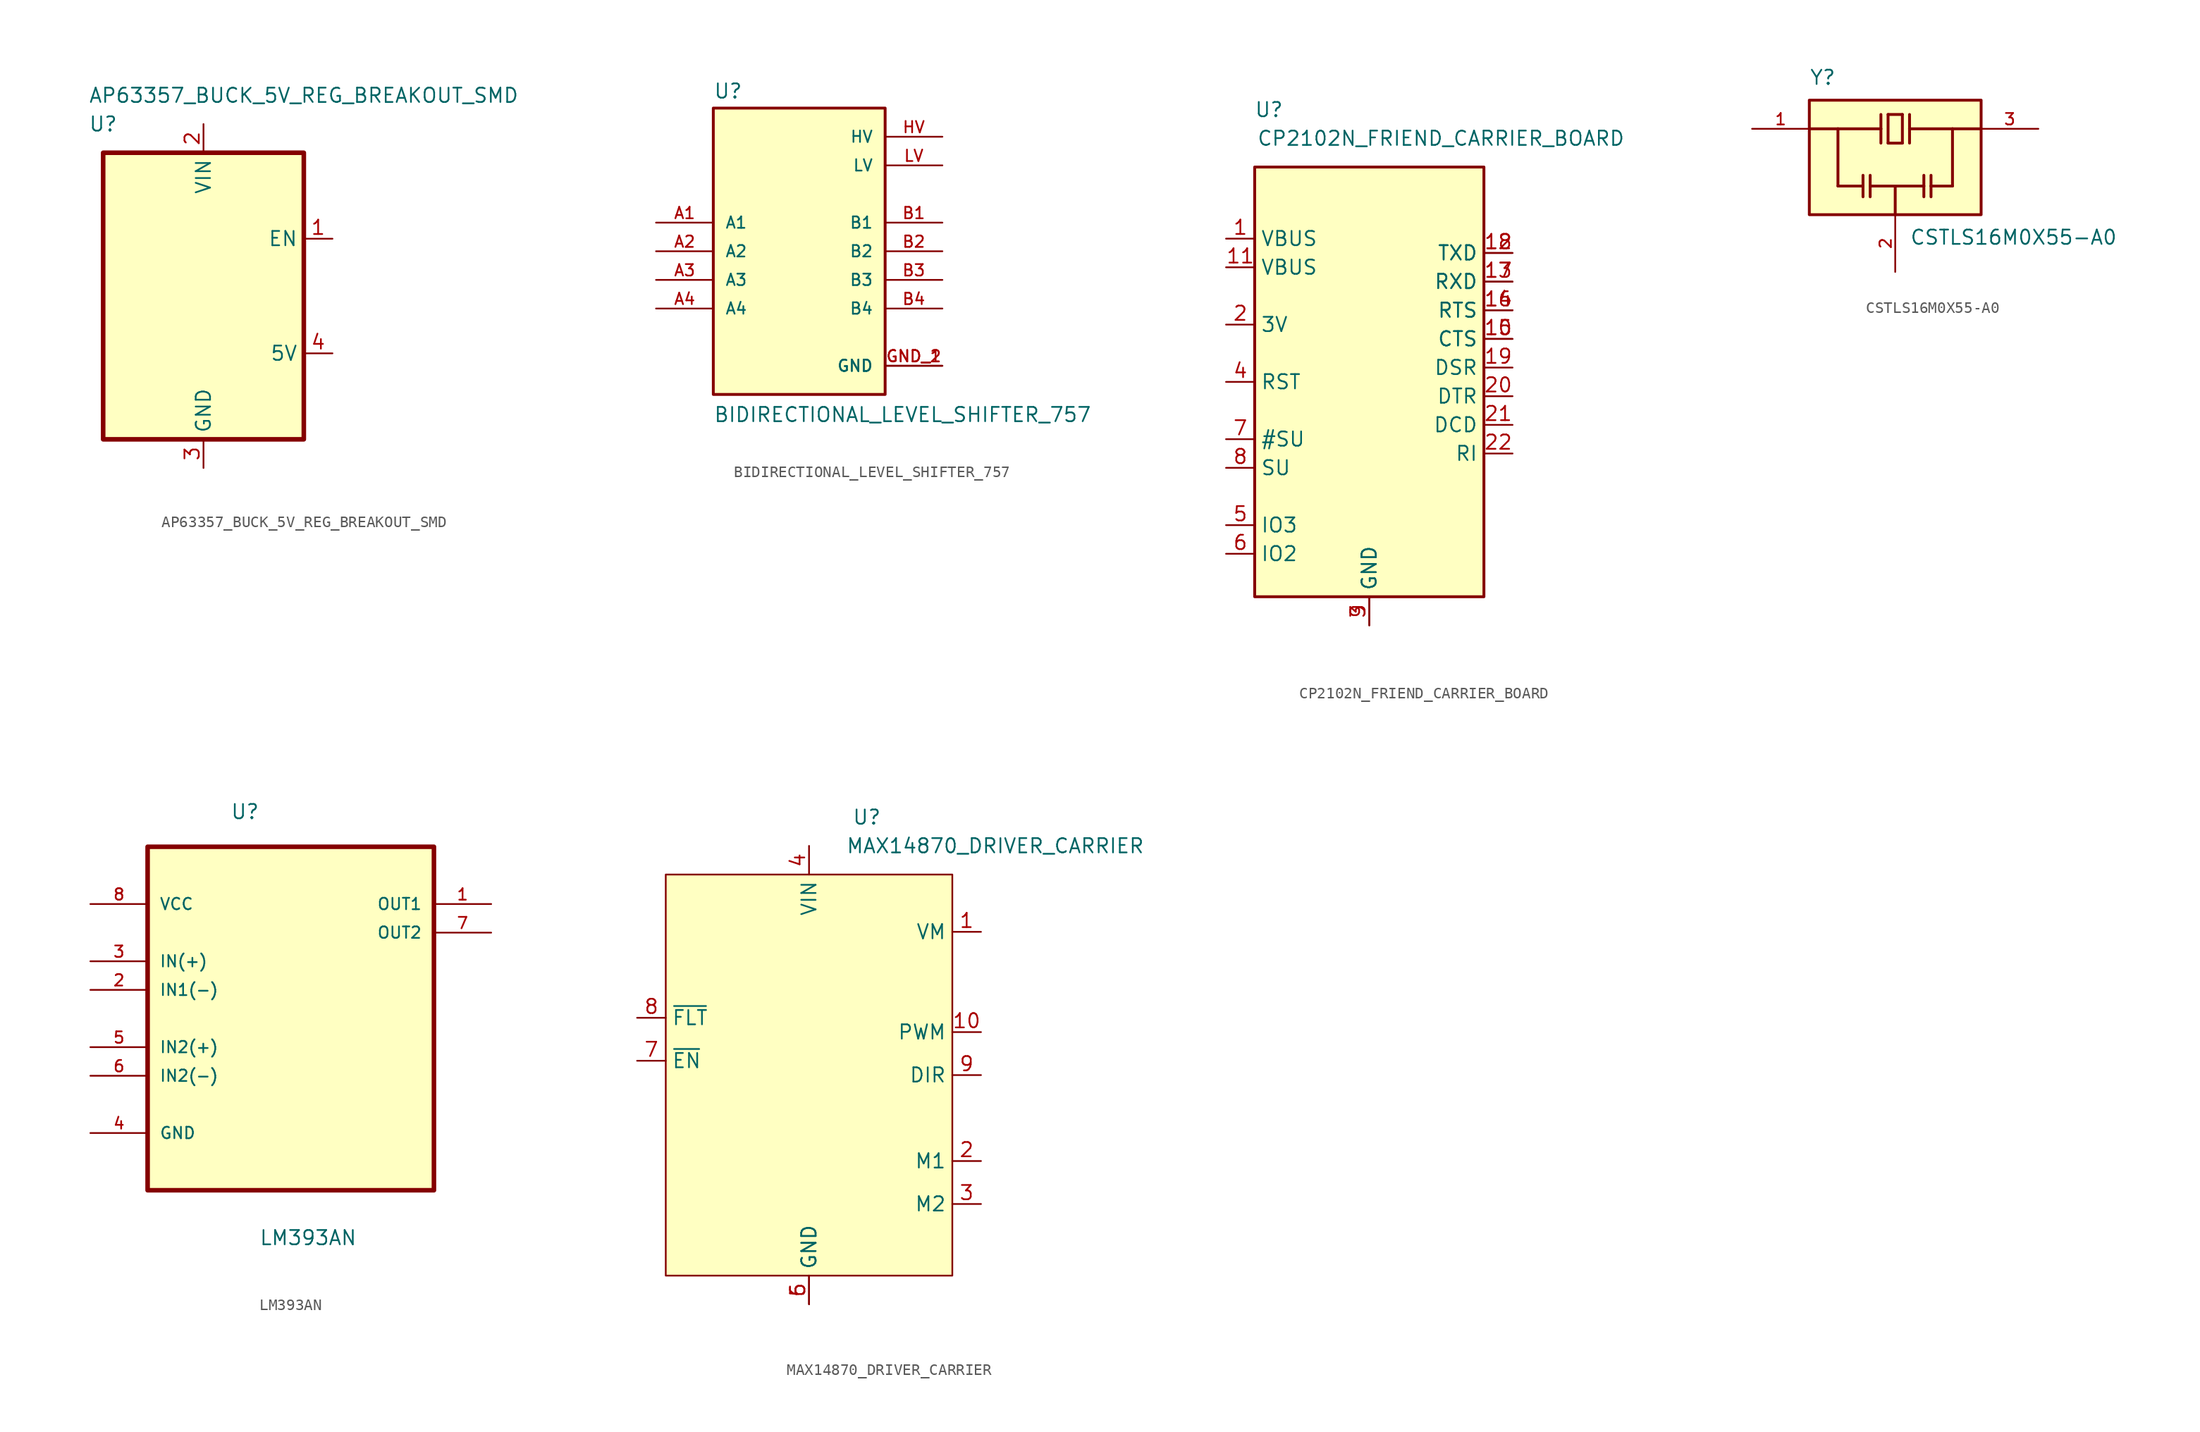
<source format=kicad_sym>
(kicad_symbol_lib
  (version 20220914)
  (generator kicad_symbol_editor)
  (symbol "AP63357_BUCK_5V_REG_BREAKOUT_SMD"
    (property "Reference" "U"
      (at -8.89 15.24 0)
      (effects (font (size 1.27 1.27))))
    (property "Value" "AP63357_BUCK_5V_REG_BREAKOUT_SMD"
      (at 8.89 17.78 0)
      (effects (font (size 1.27 1.27))))
    (symbol "AP63357_BUCK_5V_REG_BREAKOUT_SMD_0_0"
      (rectangle (start -8.89 12.7) (end 8.89 -12.7) (stroke (width 0.406) (type default)) (fill (type background))))
    (symbol "AP63357_BUCK_5V_REG_BREAKOUT_SMD_1_1"
      (pin input line (at 11.43 5.08 180) (length 2.54) (name "EN" (effects (font (size 1.27 1.27)))) (number "1" (effects (font (size 1.27 1.27)))))
      (pin power_in line (at 0 15.24 270) (length 2.54) (name "VIN" (effects (font (size 1.27 1.27)))) (number "2" (effects (font (size 1.27 1.27)))))
      (pin power_in line (at 0 -15.24 90) (length 2.54) (name "GND" (effects (font (size 1.27 1.27)))) (number "3" (effects (font (size 1.27 1.27)))))
      (pin power_out line (at 11.43 -5.08 180) (length 2.54) (name "5V" (effects (font (size 1.27 1.27)))) (number "4" (effects (font (size 1.27 1.27)))))))
  (symbol "BIDIRECTIONAL_LEVEL_SHIFTER_757"
    (pin_names
      (offset 1.016))
    (property "Reference" "U"
      (at -7.62 13.462 0)
      (effects (font (size 1.27 1.27)) (justify left bottom)))
    (property "Value" "BIDIRECTIONAL_LEVEL_SHIFTER_757"
      (at -7.62 -15.24 0)
      (effects (font (size 1.27 1.27)) (justify left bottom)))
    (symbol "BIDIRECTIONAL_LEVEL_SHIFTER_757_0_0"
      (rectangle (start -7.62 -12.7) (end 7.62 12.7) (stroke (width 0.254) (type default)) (fill (type background)))
      (pin passive line (at -12.7 2.54 0) (length 5.08) (name "A1" (effects (font (size 1.016 1.016)))) (number "A1" (effects (font (size 1.016 1.016)))))
      (pin passive line (at -12.7 0 0) (length 5.08) (name "A2" (effects (font (size 1.016 1.016)))) (number "A2" (effects (font (size 1.016 1.016)))))
      (pin passive line (at -12.7 -2.54 0) (length 5.08) (name "A3" (effects (font (size 1.016 1.016)))) (number "A3" (effects (font (size 1.016 1.016)))))
      (pin passive line (at -12.7 -5.08 0) (length 5.08) (name "A4" (effects (font (size 1.016 1.016)))) (number "A4" (effects (font (size 1.016 1.016)))))
      (pin passive line (at 12.7 2.54 180) (length 5.08) (name "B1" (effects (font (size 1.016 1.016)))) (number "B1" (effects (font (size 1.016 1.016)))))
      (pin passive line (at 12.7 0 180) (length 5.08) (name "B2" (effects (font (size 1.016 1.016)))) (number "B2" (effects (font (size 1.016 1.016)))))
      (pin passive line (at 12.7 -2.54 180) (length 5.08) (name "B3" (effects (font (size 1.016 1.016)))) (number "B3" (effects (font (size 1.016 1.016)))))
      (pin passive line (at 12.7 -5.08 180) (length 5.08) (name "B4" (effects (font (size 1.016 1.016)))) (number "B4" (effects (font (size 1.016 1.016)))))
      (pin power_in line (at 12.7 -10.16 180) (length 5.08) (name "GND" (effects (font (size 1.016 1.016)))) (number "GND_1" (effects (font (size 1.016 1.016)))))
      (pin power_in line (at 12.7 -10.16 180) (length 5.08) (name "GND" (effects (font (size 1.016 1.016)))) (number "GND_2" (effects (font (size 1.016 1.016)))))
      (pin power_in line (at 12.7 10.16 180) (length 5.08) (name "HV" (effects (font (size 1.016 1.016)))) (number "HV" (effects (font (size 1.016 1.016)))))
      (pin power_in line (at 12.7 7.62 180) (length 5.08) (name "LV" (effects (font (size 1.016 1.016)))) (number "LV" (effects (font (size 1.016 1.016)))))))
  (symbol "CP2102N_FRIEND_CARRIER_BOARD"
    (property "Reference" "U"
      (at -8.89 22.86 0)
      (effects (font (size 1.27 1.27))))
    (property "Value" "CP2102N_FRIEND_CARRIER_BOARD"
      (at 6.35 20.32 0)
      (effects (font (size 1.27 1.27))))
    (symbol "CP2102N_FRIEND_CARRIER_BOARD_0_1"
      (rectangle (start -10.16 17.78) (end 10.16 -20.32) (stroke (width 0.254) (type default)) (fill (type background))))
    (symbol "CP2102N_FRIEND_CARRIER_BOARD_1_1"
      (pin power_out line (at -12.7 11.43 0) (length 2.54) (name "VBUS" (effects (font (size 1.27 1.27)))) (number "1" (effects (font (size 1.27 1.27)))))
      (pin input line (at 12.7 2.54 180) (length 2.54) (name "CTS" (effects (font (size 1.27 1.27)))) (number "10" (effects (font (size 1.27 1.27)))))
      (pin power_out line (at -12.7 8.89 0) (length 2.54) (name "VBUS" (effects (font (size 1.27 1.27)))) (number "11" (effects (font (size 1.27 1.27)))))
      (pin output line (at 12.7 10.16 180) (length 2.54) (name "TXD" (effects (font (size 1.27 1.27)))) (number "12" (effects (font (size 1.27 1.27)))))
      (pin input line (at 12.7 7.62 180) (length 2.54) (name "RXD" (effects (font (size 1.27 1.27)))) (number "13" (effects (font (size 1.27 1.27)))))
      (pin output line (at 12.7 5.08 180) (length 2.54) (name "RTS" (effects (font (size 1.27 1.27)))) (number "14" (effects (font (size 1.27 1.27)))))
      (pin input line (at 12.7 2.54 180) (length 2.54) (name "CTS" (effects (font (size 1.27 1.27)))) (number "15" (effects (font (size 1.27 1.27)))))
      (pin output line (at 12.7 5.08 180) (length 2.54) (name "RTS" (effects (font (size 1.27 1.27)))) (number "16" (effects (font (size 1.27 1.27)))))
      (pin input line (at 12.7 7.62 180) (length 2.54) (name "RXD" (effects (font (size 1.27 1.27)))) (number "17" (effects (font (size 1.27 1.27)))))
      (pin output line (at 12.7 10.16 180) (length 2.54) (name "TXD" (effects (font (size 1.27 1.27)))) (number "18" (effects (font (size 1.27 1.27)))))
      (pin input line (at 12.7 0 180) (length 2.54) (name "DSR" (effects (font (size 1.27 1.27)))) (number "19" (effects (font (size 1.27 1.27)))))
      (pin power_out line (at -12.7 3.81 0) (length 2.54) (name "3V" (effects (font (size 1.27 1.27)))) (number "2" (effects (font (size 1.27 1.27)))))
      (pin output line (at 12.7 -2.54 180) (length 2.54) (name "DTR" (effects (font (size 1.27 1.27)))) (number "20" (effects (font (size 1.27 1.27)))))
      (pin input line (at 12.7 -5.08 180) (length 2.54) (name "DCD" (effects (font (size 1.27 1.27)))) (number "21" (effects (font (size 1.27 1.27)))))
      (pin bidirectional line (at 12.7 -7.62 180) (length 2.54) (name "RI" (effects (font (size 1.27 1.27)))) (number "22" (effects (font (size 1.27 1.27)))))
      (pin power_out line (at 0 -22.86 90) (length 2.54) (name "GND" (effects (font (size 1.27 1.27)))) (number "3" (effects (font (size 1.27 1.27)))))
      (pin input line (at -12.7 -1.27 0) (length 2.54) (name "RST" (effects (font (size 1.27 1.27)))) (number "4" (effects (font (size 1.27 1.27)))))
      (pin bidirectional line (at -12.7 -13.97 0) (length 2.54) (name "IO3" (effects (font (size 1.27 1.27)))) (number "5" (effects (font (size 1.27 1.27)))))
      (pin bidirectional line (at -12.7 -16.51 0) (length 2.54) (name "IO2" (effects (font (size 1.27 1.27)))) (number "6" (effects (font (size 1.27 1.27)))))
      (pin input line (at -12.7 -6.35 0) (length 2.54) (name "#SU" (effects (font (size 1.27 1.27)))) (number "7" (effects (font (size 1.27 1.27)))))
      (pin input line (at -12.7 -8.89 0) (length 2.54) (name "SU" (effects (font (size 1.27 1.27)))) (number "8" (effects (font (size 1.27 1.27)))))
      (pin power_out line (at 0 -22.86 90) (length 2.54) (name "GND" (effects (font (size 1.27 1.27)))) (number "9" (effects (font (size 1.27 1.27)))))))
  (symbol "CSTLS16M0X55-A0"
    (pin_names
      (offset 1.016))
    (property "Reference" "Y"
      (at -7.62 6.35 0)
      (effects (font (size 1.27 1.27)) (justify left bottom)))
    (property "Value" "CSTLS16M0X55-A0"
      (at 1.27 -6.35 0)
      (effects (font (size 1.27 1.27)) (justify left top)))
    (symbol "CSTLS16M0X55-A0_0_0"
      (rectangle (start -7.62 -5.08) (end 7.62 5.08) (stroke (width 0.254) (type default)) (fill (type background)))
      (polyline (pts (xy -7.62 2.54) (xy -5.08 2.54)) (stroke (width 0.254) (type default)) (fill (type none)))
      (polyline (pts (xy -5.08 -2.54) (xy -5.08 2.54)) (stroke (width 0.254) (type default)) (fill (type none)))
      (polyline (pts (xy -5.08 2.54) (xy -1.27 2.54)) (stroke (width 0.254) (type default)) (fill (type none)))
      (polyline (pts (xy -2.857 -2.54) (xy -5.08 -2.54)) (stroke (width 0.254) (type default)) (fill (type none)))
      (polyline (pts (xy -2.857 -2.54) (xy -2.857 -3.493)) (stroke (width 0.254) (type default)) (fill (type none)))
      (polyline (pts (xy -2.857 -1.587) (xy -2.857 -2.54)) (stroke (width 0.254) (type default)) (fill (type none)))
      (polyline (pts (xy -2.223 -2.54) (xy -2.223 -3.493)) (stroke (width 0.254) (type default)) (fill (type none)))
      (polyline (pts (xy -2.223 -1.587) (xy -2.223 -2.54)) (stroke (width 0.254) (type default)) (fill (type none)))
      (polyline (pts (xy -1.27 2.54) (xy -1.27 1.27)) (stroke (width 0.254) (type default)) (fill (type none)))
      (polyline (pts (xy -1.27 3.81) (xy -1.27 2.54)) (stroke (width 0.254) (type default)) (fill (type none)))
      (polyline (pts (xy -0.635 1.27) (xy -0.635 3.81)) (stroke (width 0.254) (type default)) (fill (type none)))
      (polyline (pts (xy -0.635 3.81) (xy 0.635 3.81)) (stroke (width 0.254) (type default)) (fill (type none)))
      (polyline (pts (xy 0 -5.08) (xy 0 -2.54)) (stroke (width 0.254) (type default)) (fill (type none)))
      (polyline (pts (xy 0 -2.54) (xy -2.223 -2.54)) (stroke (width 0.254) (type default)) (fill (type none)))
      (polyline (pts (xy 0 -2.54) (xy 2.54 -2.54)) (stroke (width 0.254) (type default)) (fill (type none)))
      (polyline (pts (xy 0.635 1.27) (xy -0.635 1.27)) (stroke (width 0.254) (type default)) (fill (type none)))
      (polyline (pts (xy 0.635 3.81) (xy 0.635 1.27)) (stroke (width 0.254) (type default)) (fill (type none)))
      (polyline (pts (xy 1.27 2.54) (xy 1.27 1.27)) (stroke (width 0.254) (type default)) (fill (type none)))
      (polyline (pts (xy 1.27 2.54) (xy 5.08 2.54)) (stroke (width 0.254) (type default)) (fill (type none)))
      (polyline (pts (xy 1.27 3.81) (xy 1.27 2.54)) (stroke (width 0.254) (type default)) (fill (type none)))
      (polyline (pts (xy 2.54 -2.54) (xy 2.54 -3.493)) (stroke (width 0.254) (type default)) (fill (type none)))
      (polyline (pts (xy 2.54 -1.587) (xy 2.54 -2.54)) (stroke (width 0.254) (type default)) (fill (type none)))
      (polyline (pts (xy 3.175 -2.54) (xy 3.175 -3.493)) (stroke (width 0.254) (type default)) (fill (type none)))
      (polyline (pts (xy 3.175 -2.54) (xy 5.08 -2.54)) (stroke (width 0.254) (type default)) (fill (type none)))
      (polyline (pts (xy 3.175 -1.587) (xy 3.175 -2.54)) (stroke (width 0.254) (type default)) (fill (type none)))
      (polyline (pts (xy 5.08 -2.54) (xy 5.08 2.54)) (stroke (width 0.254) (type default)) (fill (type none)))
      (polyline (pts (xy 5.08 2.54) (xy 7.62 2.54)) (stroke (width 0.254) (type default)) (fill (type none)))
      (pin input line (at -12.7 2.54 0) (length 5.08) (name "~" (effects (font (size 1.016 1.016)))) (number "1" (effects (font (size 1.016 1.016)))))
      (pin power_in line (at 0 -10.16 90) (length 5.08) (name "~" (effects (font (size 1.016 1.016)))) (number "2" (effects (font (size 1.016 1.016)))))
      (pin output line (at 12.7 2.54 180) (length 5.08) (name "~" (effects (font (size 1.016 1.016)))) (number "3" (effects (font (size 1.016 1.016)))))))
  (symbol "LM393AN"
    (pin_names
      (offset 1.016))
    (property "Reference" "U"
      (at -5.37 15.066 0)
      (effects (font (size 1.27 1.27)) (justify left bottom)))
    (property "Value" "LM393AN"
      (at -2.823 -22.74 0)
      (effects (font (size 1.27 1.27)) (justify left bottom)))
    (symbol "LM393AN_0_0"
      (rectangle (start -12.7 -17.78) (end 12.7 12.7) (stroke (width 0.406) (type default)) (fill (type background)))
      (pin output line (at 17.78 7.62 180) (length 5.08) (name "OUT1" (effects (font (size 1.016 1.016)))) (number "1" (effects (font (size 1.016 1.016)))))
      (pin input line (at -17.78 0 0) (length 5.08) (name "IN1(-)" (effects (font (size 1.016 1.016)))) (number "2" (effects (font (size 1.016 1.016)))))
      (pin input line (at -17.78 2.54 0) (length 5.08) (name "IN(+)" (effects (font (size 1.016 1.016)))) (number "3" (effects (font (size 1.016 1.016)))))
      (pin passive line (at -17.78 -12.7 0) (length 5.08) (name "GND" (effects (font (size 1.016 1.016)))) (number "4" (effects (font (size 1.016 1.016)))))
      (pin input line (at -17.78 -5.08 0) (length 5.08) (name "IN2(+)" (effects (font (size 1.016 1.016)))) (number "5" (effects (font (size 1.016 1.016)))))
      (pin input line (at -17.78 -7.62 0) (length 5.08) (name "IN2(-)" (effects (font (size 1.016 1.016)))) (number "6" (effects (font (size 1.016 1.016)))))
      (pin output line (at 17.78 5.08 180) (length 5.08) (name "OUT2" (effects (font (size 1.016 1.016)))) (number "7" (effects (font (size 1.016 1.016)))))
      (pin power_in line (at -17.78 7.62 0) (length 5.08) (name "VCC" (effects (font (size 1.016 1.016)))) (number "8" (effects (font (size 1.016 1.016)))))))
  (symbol "MAX14870_DRIVER_CARRIER"
    (property "Reference" "U"
      (at 3.81 22.86 0)
      (effects (font (size 1.27 1.27)) (justify left)))
    (property "Value" "MAX14870_DRIVER_CARRIER"
      (at 16.51 20.32 0)
      (effects (font (size 1.27 1.27))))
    (symbol "MAX14870_DRIVER_CARRIER_0_0"
      (rectangle (start -12.7 17.78) (end 12.7 -17.78) (stroke (width 0.152) (type default)) (fill (type background))))
    (symbol "MAX14870_DRIVER_CARRIER_1_1"
      (pin power_out line (at 15.24 12.7 180) (length 2.54) (name "VM" (effects (font (size 1.27 1.27)))) (number "1" (effects (font (size 1.27 1.27)))))
      (pin input line (at 15.24 3.81 180) (length 2.54) (name "PWM" (effects (font (size 1.27 1.27)))) (number "10" (effects (font (size 1.27 1.27)))))
      (pin output line (at 15.24 -7.62 180) (length 2.54) (name "M1" (effects (font (size 1.27 1.27)))) (number "2" (effects (font (size 1.27 1.27)))))
      (pin output line (at 15.24 -11.43 180) (length 2.54) (name "M2" (effects (font (size 1.27 1.27)))) (number "3" (effects (font (size 1.27 1.27)))))
      (pin power_in line (at 0 20.32 270) (length 2.54) (name "VIN" (effects (font (size 1.27 1.27)))) (number "4" (effects (font (size 1.27 1.27)))))
      (pin power_in line (at 0 -20.32 90) (length 2.54) (name "GND" (effects (font (size 1.27 1.27)))) (number "5" (effects (font (size 1.27 1.27)))))
      (pin power_in line (at 0 -20.32 90) (length 2.54) (name "GND" (effects (font (size 1.27 1.27)))) (number "6" (effects (font (size 1.27 1.27)))))
      (pin input line (at -15.24 1.27 0) (length 2.54) (name "~{EN}" (effects (font (size 1.27 1.27)))) (number "7" (effects (font (size 1.27 1.27)))))
      (pin output line (at -15.24 5.08 0) (length 2.54) (name "~{FLT}" (effects (font (size 1.27 1.27)))) (number "8" (effects (font (size 1.27 1.27)))))
      (pin input line (at 15.24 0 180) (length 2.54) (name "DIR" (effects (font (size 1.27 1.27)))) (number "9" (effects (font (size 1.27 1.27))))))))
</source>
